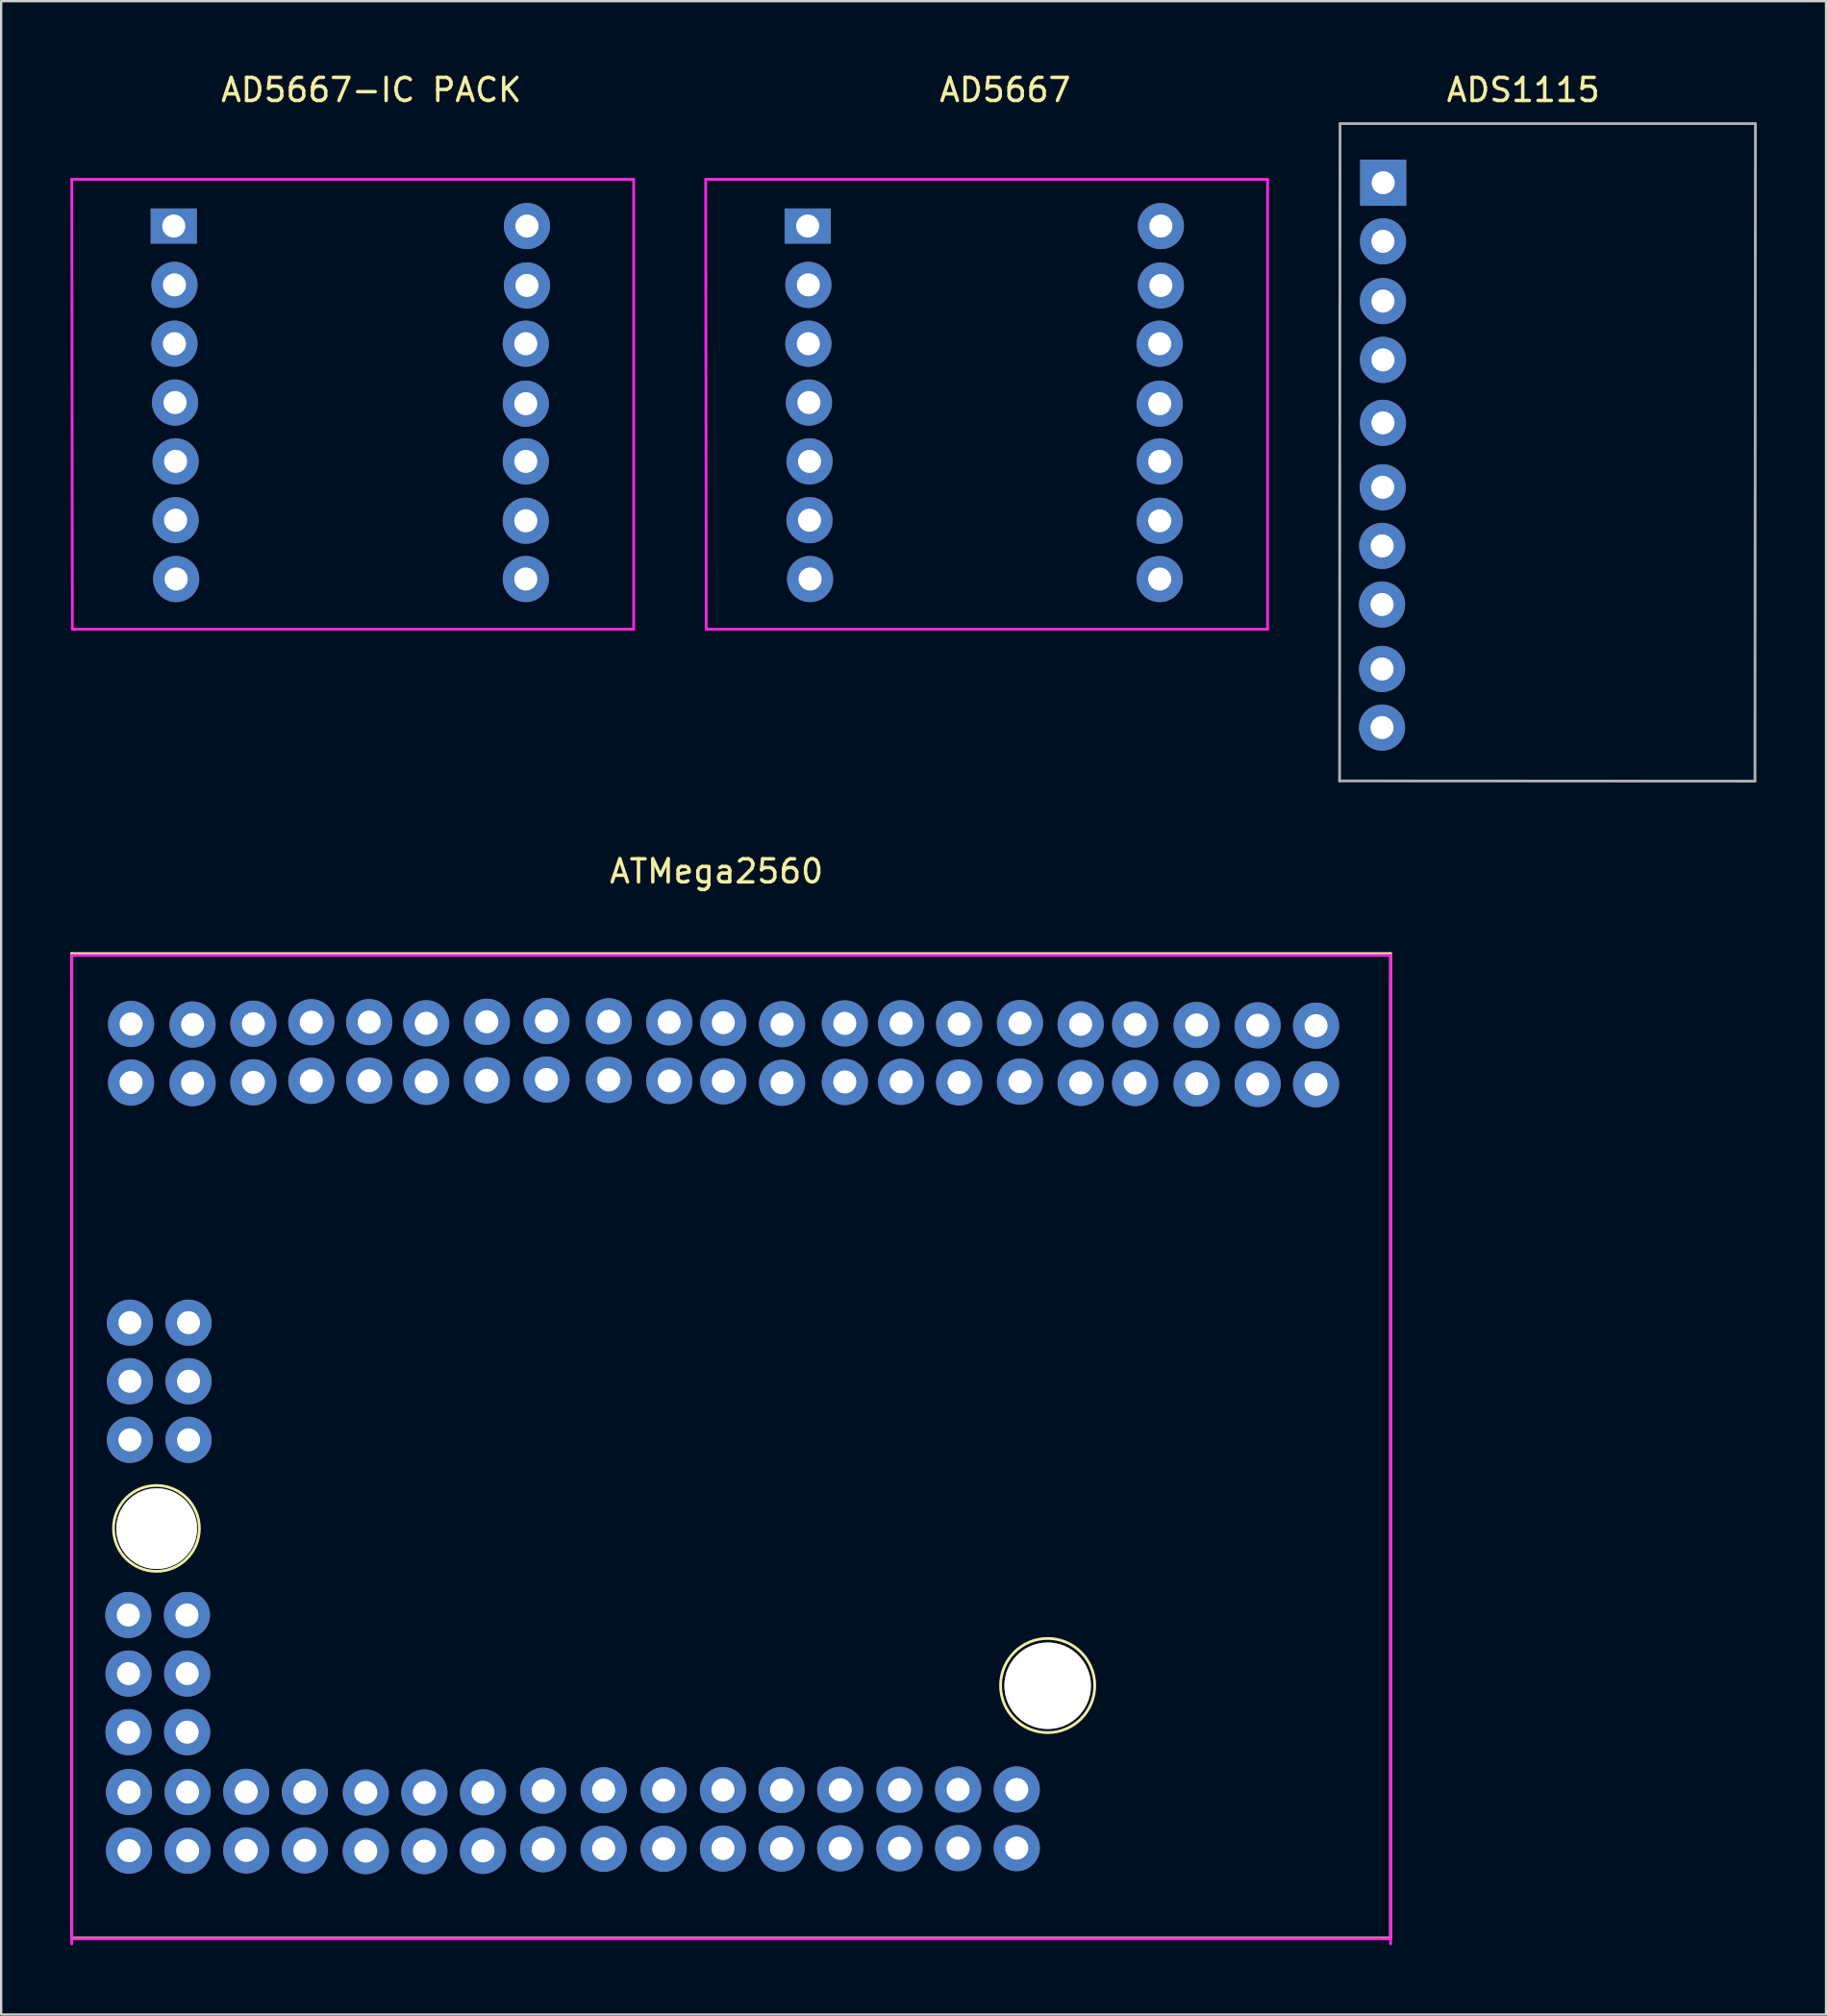
<source format=kicad_pcb>
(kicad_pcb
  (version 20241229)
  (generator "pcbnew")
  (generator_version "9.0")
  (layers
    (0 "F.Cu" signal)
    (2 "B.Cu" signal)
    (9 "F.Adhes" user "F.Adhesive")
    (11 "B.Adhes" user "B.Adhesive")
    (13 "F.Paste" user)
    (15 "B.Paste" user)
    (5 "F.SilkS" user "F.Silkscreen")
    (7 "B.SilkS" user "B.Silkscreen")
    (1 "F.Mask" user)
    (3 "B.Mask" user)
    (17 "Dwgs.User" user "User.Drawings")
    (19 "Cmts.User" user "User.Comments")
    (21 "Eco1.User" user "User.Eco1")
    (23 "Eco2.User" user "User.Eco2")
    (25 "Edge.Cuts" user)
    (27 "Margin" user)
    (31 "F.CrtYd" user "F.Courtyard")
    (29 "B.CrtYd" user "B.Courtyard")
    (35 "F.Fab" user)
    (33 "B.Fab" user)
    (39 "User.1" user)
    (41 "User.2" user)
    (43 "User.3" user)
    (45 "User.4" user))
  (footprint "AD5667-IC PACK"
    (layer "F.Cu")
    (at 6.71 2.148)
    (property "Reference" "AD5667-IC PACK" (at 6.33 -1.3 0) (layer "F.SilkS") (effects (font (size 1 1) (thickness 0.15))))
    (attr through_hole)
    (fp_line (start -6.65 2.575) (end -6.625 22.075) (stroke (width 0.12) (type solid)) (layer "F.CrtYd"))
    (fp_line (start -6.65 2.575) (end 17.7 2.575) (stroke (width 0.12) (type solid)) (layer "F.CrtYd"))
    (fp_line (start -6.625 22.075) (end 17.7 22.075) (stroke (width 0.12) (type solid)) (layer "F.CrtYd"))
    (fp_line (start 17.7 2.575) (end 17.7 22.075) (stroke (width 0.12) (type solid)) (layer "F.CrtYd"))
    (pad "1" thru_hole rect (at -2.23 4.6) (size 2 1.524) (drill 1) (layers "*.Cu" "*.Mask"))
    (pad "2" thru_hole circle (at -2.2 7.15) (size 2 2) (drill 1) (layers "*.Cu" "*.Mask"))
    (pad "3" thru_hole circle (at -2.2 9.7) (size 2 2) (drill 1) (layers "*.Cu" "*.Mask"))
    (pad "4" thru_hole circle (at -2.175 12.25) (size 2 2) (drill 1) (layers "*.Cu" "*.Mask"))
    (pad "5" thru_hole circle (at -2.15 14.8) (size 2 2) (drill 1) (layers "*.Cu" "*.Mask"))
    (pad "6" thru_hole circle (at -2.15 17.35) (size 2 2) (drill 1) (layers "*.Cu" "*.Mask"))
    (pad "7" thru_hole circle (at -2.125 19.9) (size 2 2) (drill 1) (layers "*.Cu" "*.Mask"))
    (pad "8" thru_hole circle (at 13.075 4.6) (size 2 2) (drill 1) (layers "*.Cu" "*.Mask"))
    (pad "9" thru_hole circle (at 13.075 7.175) (size 2 2) (drill 1) (layers "*.Cu" "*.Mask"))
    (pad "10" thru_hole circle (at 13.025 9.7) (size 2 2) (drill 1) (layers "*.Cu" "*.Mask"))
    (pad "11" thru_hole circle (at 13.025 12.3) (size 2 2) (drill 1) (layers "*.Cu" "*.Mask"))
    (pad "12" thru_hole circle (at 13.025 14.8) (size 2 2) (drill 1) (layers "*.Cu" "*.Mask"))
    (pad "13" thru_hole circle (at 13.025 17.375) (size 2 2) (drill 1) (layers "*.Cu" "*.Mask"))
    (pad "14" thru_hole circle (at 13.025 19.9) (size 2 2) (drill 1) (layers "*.Cu" "*.Mask")))
  (footprint "AD5667"
    (layer "F.Cu")
    (at 34.18 2.148)
    (property "Reference" "AD5667" (at 6.33 -1.3 0) (layer "F.SilkS") (effects (font (size 1 1) (thickness 0.15))))
    (attr through_hole)
    (fp_line (start -6.65 2.575) (end -6.625 22.075) (stroke (width 0.12) (type solid)) (layer "F.CrtYd"))
    (fp_line (start -6.65 2.575) (end 17.7 2.575) (stroke (width 0.12) (type solid)) (layer "F.CrtYd"))
    (fp_line (start -6.625 22.075) (end 17.7 22.075) (stroke (width 0.12) (type solid)) (layer "F.CrtYd"))
    (fp_line (start 17.7 2.575) (end 17.7 22.075) (stroke (width 0.12) (type solid)) (layer "F.CrtYd"))
    (pad "1" thru_hole rect (at -2.23 4.6) (size 2 1.524) (drill 1) (layers "*.Cu" "*.Mask"))
    (pad "2" thru_hole circle (at -2.2 7.15) (size 2 2) (drill 1) (layers "*.Cu" "*.Mask"))
    (pad "3" thru_hole circle (at -2.2 9.7) (size 2 2) (drill 1) (layers "*.Cu" "*.Mask"))
    (pad "4" thru_hole circle (at -2.175 12.25) (size 2 2) (drill 1) (layers "*.Cu" "*.Mask"))
    (pad "5" thru_hole circle (at -2.15 14.8) (size 2 2) (drill 1) (layers "*.Cu" "*.Mask"))
    (pad "6" thru_hole circle (at -2.15 17.35) (size 2 2) (drill 1) (layers "*.Cu" "*.Mask"))
    (pad "7" thru_hole circle (at -2.125 19.9) (size 2 2) (drill 1) (layers "*.Cu" "*.Mask"))
    (pad "8" thru_hole circle (at 13.075 4.6) (size 2 2) (drill 1) (layers "*.Cu" "*.Mask"))
    (pad "9" thru_hole circle (at 13.075 7.175) (size 2 2) (drill 1) (layers "*.Cu" "*.Mask"))
    (pad "10" thru_hole circle (at 13.025 9.7) (size 2 2) (drill 1) (layers "*.Cu" "*.Mask"))
    (pad "11" thru_hole circle (at 13.025 12.3) (size 2 2) (drill 1) (layers "*.Cu" "*.Mask"))
    (pad "12" thru_hole circle (at 13.025 14.8) (size 2 2) (drill 1) (layers "*.Cu" "*.Mask"))
    (pad "13" thru_hole circle (at 13.025 17.375) (size 2 2) (drill 1) (layers "*.Cu" "*.Mask"))
    (pad "14" thru_hole circle (at 13.025 19.9) (size 2 2) (drill 1) (layers "*.Cu" "*.Mask")))
  (footprint "ATMega2560"
    (layer "F.Cu")
    (at 28 34.217)
    (property "Reference" "ATMega2560" (at 0 0.5 0) (layer "F.SilkS") (effects (font (size 1 1) (thickness 0.15))))
    (attr through_hole)
    (fp_line (start -27.94 4.064) (end -27.94 46.736) (stroke (width 0.12) (type solid)) (layer "F.SilkS"))
    (fp_line (start -27.94 46.736) (end 29.21 46.736) (stroke (width 0.12) (type solid)) (layer "F.SilkS"))
    (fp_line (start 29.21 4.064) (end -27.94 4.064) (stroke (width 0.12) (type solid)) (layer "F.SilkS"))
    (fp_line (start 29.21 46.736) (end 29.21 4.064) (stroke (width 0.12) (type solid)) (layer "F.SilkS"))
    (fp_circle (center -24.271 28.98) (end -25.071 27.3) (stroke (width 0.12) (type solid)) (fill no) (layer "F.SilkS"))
    (fp_circle (center 14.35 35.79) (end 13.22 34.09) (stroke (width 0.12) (type solid)) (fill no) (layer "F.SilkS"))
    (fp_line (start -27.94 5.08) (end -27.94 4.14) (stroke (width 0.12) (type solid)) (layer "F.CrtYd"))
    (fp_line (start -27.94 46.99) (end -27.94 5.08) (stroke (width 0.12) (type solid)) (layer "F.CrtYd"))
    (fp_line (start -27.93 4.14) (end 29.22 4.14) (stroke (width 0.12) (type solid)) (layer "F.CrtYd"))
    (fp_line (start 29.21 5.08) (end 29.21 46.99) (stroke (width 0.12) (type solid)) (layer "F.CrtYd"))
    (fp_line (start 29.21 46.77) (end -27.94 46.77) (stroke (width 0.12) (type solid)) (layer "F.CrtYd"))
    (fp_line (start 29.22 4.14) (end 29.21 5.16) (stroke (width 0.12) (type solid)) (layer "F.CrtYd"))
    (pad "" thru_hole circle (at -25.42 20.062) (size 2 2) (drill 1) (layers "*.Cu" "*.Mask"))
    (pad "" thru_hole circle (at -25.42 22.602) (size 2 2) (drill 1) (layers "*.Cu" "*.Mask"))
    (pad "" thru_hole circle (at -25.42 25.142) (size 2 2) (drill 1) (layers "*.Cu" "*.Mask"))
    (pad "" thru_hole circle (at -22.88 20.062) (size 2 2) (drill 1) (layers "*.Cu" "*.Mask"))
    (pad "" thru_hole circle (at -22.88 22.602) (size 2 2) (drill 1) (layers "*.Cu" "*.Mask"))
    (pad "" thru_hole circle (at -22.88 25.142) (size 2 2) (drill 1) (layers "*.Cu" "*.Mask"))
    (pad "1" thru_hole circle (at 25.98 7.19) (size 2 2) (drill 1) (layers "*.Cu" "*.Mask"))
    (pad "1" thru_hole circle (at 25.98 9.73) (size 2 2) (drill 1) (layers "*.Cu" "*.Mask"))
    (pad "2" thru_hole circle (at 23.45 7.175) (size 2 2) (drill 1) (layers "*.Cu" "*.Mask"))
    (pad "2" thru_hole circle (at 23.45 9.715) (size 2 2) (drill 1) (layers "*.Cu" "*.Mask"))
    (pad "3" thru_hole circle (at 20.805 7.16) (size 2 2) (drill 1) (layers "*.Cu" "*.Mask"))
    (pad "3" thru_hole circle (at 20.805 9.7) (size 2 2) (drill 1) (layers "*.Cu" "*.Mask"))
    (pad "4" thru_hole circle (at 18.14 7.135) (size 2 2) (drill 1) (layers "*.Cu" "*.Mask"))
    (pad "4" thru_hole circle (at 18.14 9.675) (size 2 2) (drill 1) (layers "*.Cu" "*.Mask"))
    (pad "5" thru_hole circle (at 15.78 9.67) (size 2 2) (drill 1) (layers "*.Cu" "*.Mask"))
    (pad "6" thru_hole circle (at 15.78 7.13) (size 2 2) (drill 1) (layers "*.Cu" "*.Mask"))
    (pad "7" thru_hole circle (at 13.15 9.615) (size 2 2) (drill 1) (layers "*.Cu" "*.Mask"))
    (pad "8" thru_hole circle (at 13.15 7.075) (size 2 2) (drill 1) (layers "*.Cu" "*.Mask"))
    (pad "9" thru_hole circle (at 10.515 9.65) (size 2 2) (drill 1) (layers "*.Cu" "*.Mask"))
    (pad "10" thru_hole circle (at 10.515 7.11) (size 2 2) (drill 1) (layers "*.Cu" "*.Mask"))
    (pad "11" thru_hole circle (at 8 9.625) (size 2 2) (drill 1) (layers "*.Cu" "*.Mask"))
    (pad "12" thru_hole circle (at 8 7.085) (size 2 2) (drill 1) (layers "*.Cu" "*.Mask"))
    (pad "13" thru_hole circle (at 5.56 9.63) (size 2 2) (drill 1) (layers "*.Cu" "*.Mask"))
    (pad "14" thru_hole circle (at 5.56 7.09) (size 2 2) (drill 1) (layers "*.Cu" "*.Mask"))
    (pad "15" thru_hole circle (at 2.84 9.665) (size 2 2) (drill 1) (layers "*.Cu" "*.Mask"))
    (pad "16" thru_hole circle (at 2.84 7.125) (size 2 2) (drill 1) (layers "*.Cu" "*.Mask"))
    (pad "17" thru_hole circle (at 0.295 9.6) (size 2 2) (drill 1) (layers "*.Cu" "*.Mask"))
    (pad "18" thru_hole circle (at 0.295 7.06) (size 2 2) (drill 1) (layers "*.Cu" "*.Mask"))
    (pad "19" thru_hole circle (at -2.05 9.585) (size 2 2) (drill 1) (layers "*.Cu" "*.Mask"))
    (pad "20" thru_hole circle (at -2.05 7.045) (size 2 2) (drill 1) (layers "*.Cu" "*.Mask"))
    (pad "21" thru_hole circle (at -4.67 9.54) (size 2 2) (drill 1) (layers "*.Cu" "*.Mask"))
    (pad "22" thru_hole circle (at -4.67 7) (size 2 2) (drill 1) (layers "*.Cu" "*.Mask"))
    (pad "23" thru_hole circle (at -7.37 9.525) (size 2 2) (drill 1) (layers "*.Cu" "*.Mask"))
    (pad "24" thru_hole circle (at -7.37 6.985) (size 2 2) (drill 1) (layers "*.Cu" "*.Mask"))
    (pad "25" thru_hole circle (at -9.955 9.56) (size 2 2) (drill 1) (layers "*.Cu" "*.Mask"))
    (pad "26" thru_hole circle (at -9.955 7.02) (size 2 2) (drill 1) (layers "*.Cu" "*.Mask"))
    (pad "27" thru_hole circle (at -12.58 9.625) (size 2 2) (drill 1) (layers "*.Cu" "*.Mask"))
    (pad "28" thru_hole circle (at -12.58 7.085) (size 2 2) (drill 1) (layers "*.Cu" "*.Mask"))
    (pad "29" thru_hole circle (at -15.05 9.575) (size 2 2) (drill 1) (layers "*.Cu" "*.Mask"))
    (pad "30" thru_hole circle (at -15.05 7.035) (size 2 2) (drill 1) (layers "*.Cu" "*.Mask"))
    (pad "31" thru_hole circle (at -17.56 9.58) (size 2 2) (drill 1) (layers "*.Cu" "*.Mask"))
    (pad "32" thru_hole circle (at -17.56 7.04) (size 2 2) (drill 1) (layers "*.Cu" "*.Mask"))
    (pad "33" thru_hole circle (at -20.07 9.645) (size 2 2) (drill 1) (layers "*.Cu" "*.Mask"))
    (pad "34" thru_hole circle (at -20.07 7.105) (size 2 2) (drill 1) (layers "*.Cu" "*.Mask"))
    (pad "35" thru_hole circle (at -22.705 9.68) (size 2 2) (drill 1) (layers "*.Cu" "*.Mask"))
    (pad "36" thru_hole circle (at -22.705 7.14) (size 2 2) (drill 1) (layers "*.Cu" "*.Mask"))
    (pad "37" thru_hole circle (at -25.37 9.655) (size 2 2) (drill 1) (layers "*.Cu" "*.Mask"))
    (pad "38" thru_hole circle (at -25.37 7.115) (size 2 2) (drill 1) (layers "*.Cu" "*.Mask"))
    (pad "39" thru_hole circle (at 13.01 42.837) (size 2 2) (drill 1) (layers "*.Cu" "*.Mask"))
    (pad "40" thru_hole circle (at 13.01 40.297) (size 2 2) (drill 1) (layers "*.Cu" "*.Mask"))
    (pad "41" thru_hole circle (at 10.47 42.837) (size 2 2) (drill 1) (layers "*.Cu" "*.Mask"))
    (pad "42" thru_hole circle (at 10.47 40.297) (size 2 2) (drill 1) (layers "*.Cu" "*.Mask"))
    (pad "43" thru_hole circle (at 7.93 42.847) (size 2 2) (drill 1) (layers "*.Cu" "*.Mask"))
    (pad "44" thru_hole circle (at 7.93 40.307) (size 2 2) (drill 1) (layers "*.Cu" "*.Mask"))
    (pad "45" thru_hole circle (at 5.36 42.847) (size 2 2) (drill 1) (layers "*.Cu" "*.Mask"))
    (pad "46" thru_hole circle (at 5.36 40.307) (size 2 2) (drill 1) (layers "*.Cu" "*.Mask"))
    (pad "47" thru_hole circle (at 2.82 42.857) (size 2 2) (drill 1) (layers "*.Cu" "*.Mask"))
    (pad "48" thru_hole circle (at 2.82 40.317) (size 2 2) (drill 1) (layers "*.Cu" "*.Mask"))
    (pad "49" thru_hole circle (at 0.28 42.857) (size 2 2) (drill 1) (layers "*.Cu" "*.Mask"))
    (pad "50" thru_hole circle (at 0.28 40.317) (size 2 2) (drill 1) (layers "*.Cu" "*.Mask"))
    (pad "51" thru_hole circle (at -2.29 42.867) (size 2 2) (drill 1) (layers "*.Cu" "*.Mask"))
    (pad "52" thru_hole circle (at -2.29 40.327) (size 2 2) (drill 1) (layers "*.Cu" "*.Mask"))
    (pad "53" thru_hole circle (at -4.89 42.867) (size 2 2) (drill 1) (layers "*.Cu" "*.Mask"))
    (pad "54" thru_hole circle (at -4.89 40.327) (size 2 2) (drill 1) (layers "*.Cu" "*.Mask"))
    (pad "55" thru_hole circle (at -7.51 42.887) (size 2 2) (drill 1) (layers "*.Cu" "*.Mask"))
    (pad "56" thru_hole circle (at -7.51 40.347) (size 2 2) (drill 1) (layers "*.Cu" "*.Mask"))
    (pad "57" thru_hole circle (at -10.12 42.957) (size 2 2) (drill 1) (layers "*.Cu" "*.Mask"))
    (pad "58" thru_hole circle (at -10.12 40.417) (size 2 2) (drill 1) (layers "*.Cu" "*.Mask"))
    (pad "59" thru_hole circle (at -12.66 42.967) (size 2 2) (drill 1) (layers "*.Cu" "*.Mask"))
    (pad "60" thru_hole circle (at -12.66 40.427) (size 2 2) (drill 1) (layers "*.Cu" "*.Mask"))
    (pad "61" thru_hole circle (at -15.2 42.967) (size 2 2) (drill 1) (layers "*.Cu" "*.Mask"))
    (pad "62" thru_hole circle (at -15.2 40.427) (size 2 2) (drill 1) (layers "*.Cu" "*.Mask"))
    (pad "63" thru_hole circle (at -17.84 42.937) (size 2 2) (drill 1) (layers "*.Cu" "*.Mask"))
    (pad "64" thru_hole circle (at -17.84 40.397) (size 2 2) (drill 1) (layers "*.Cu" "*.Mask"))
    (pad "65" thru_hole circle (at -20.38 42.937) (size 2 2) (drill 1) (layers "*.Cu" "*.Mask"))
    (pad "66" thru_hole circle (at -20.38 40.397) (size 2 2) (drill 1) (layers "*.Cu" "*.Mask"))
    (pad "67" thru_hole circle (at -22.92 42.947) (size 2 2) (drill 1) (layers "*.Cu" "*.Mask"))
    (pad "68" thru_hole circle (at -22.92 40.407) (size 2 2) (drill 1) (layers "*.Cu" "*.Mask"))
    (pad "69" thru_hole circle (at -25.46 42.947) (size 2 2) (drill 1) (layers "*.Cu" "*.Mask"))
    (pad "70" thru_hole circle (at -25.46 40.407) (size 2 2) (drill 1) (layers "*.Cu" "*.Mask"))
    (pad "71" thru_hole circle (at -25.48 37.812) (size 2 2) (drill 1) (layers "*.Cu" "*.Mask"))
    (pad "72" thru_hole circle (at -22.94 37.812) (size 2 2) (drill 1) (layers "*.Cu" "*.Mask"))
    (pad "73" thru_hole circle (at -25.48 35.272) (size 2 2) (drill 1) (layers "*.Cu" "*.Mask"))
    (pad "74" thru_hole circle (at -22.94 35.272) (size 2 2) (drill 1) (layers "*.Cu" "*.Mask"))
    (pad "75" thru_hole circle (at -25.49 32.732) (size 2 2) (drill 1) (layers "*.Cu" "*.Mask"))
    (pad "76" thru_hole circle (at -22.95 32.732) (size 2 2) (drill 1) (layers "*.Cu" "*.Mask"))
    (pad "168" thru_hole circle (at 14.35 35.8) (size 3.75 3.75) (drill 3.75) (layers "*.Cu" "*.Mask"))
    (pad "999" thru_hole circle (at -24.26 28.99) (size 3.5 3.5) (drill 3.5) (layers "*.Cu" "*.Mask")))
  (footprint "ADS1115"
    (layer "F.Cu")
    (at 60.91 1.308)
    (property "Reference" "ADS1115" (at 2.05 -0.46 0) (layer "F.SilkS") (effects (font (size 1 1) (thickness 0.15))))
    (attr through_hole)
    (fp_line (start -5.91 29.49) (end -5.89 1) (stroke (width 0.12) (type solid)) (layer "F.Fab"))
    (fp_line (start -5.89 1) (end 12.11 1) (stroke (width 0.12) (type solid)) (layer "F.Fab"))
    (fp_line (start 12.09 29.5) (end -5.91 29.49) (stroke (width 0.12) (type solid)) (layer "F.Fab"))
    (fp_line (start 12.11 1) (end 12.09 29.5) (stroke (width 0.12) (type solid)) (layer "F.Fab"))
    (pad "1" thru_hole rect (at -4.02 3.562) (size 2 2) (drill 1) (layers "*.Cu" "*.Mask"))
    (pad "2" thru_hole circle (at -4.03 6.102) (size 2 2) (drill 1) (layers "*.Cu" "*.Mask"))
    (pad "3" thru_hole circle (at -4.03 8.692) (size 2 2) (drill 1) (layers "*.Cu" "*.Mask"))
    (pad "4" thru_hole circle (at -4.03 11.242) (size 2 2) (drill 1) (layers "*.Cu" "*.Mask"))
    (pad "5" thru_hole circle (at -4.03 13.97) (size 2 2) (drill 1) (layers "*.Cu" "*.Mask"))
    (pad "6" thru_hole circle (at -4.04 16.764) (size 2 2) (drill 1) (layers "*.Cu" "*.Mask"))
    (pad "7" thru_hole circle (at -4.064 19.304) (size 2 2) (drill 1) (layers "*.Cu" "*.Mask"))
    (pad "8" thru_hole circle (at -4.07 21.844) (size 2 2) (drill 1) (layers "*.Cu" "*.Mask"))
    (pad "9" thru_hole circle (at -4.07 24.638) (size 2 2) (drill 1) (layers "*.Cu" "*.Mask"))
    (pad "10" thru_hole circle (at -4.07 27.178) (size 2 2) (drill 1) (layers "*.Cu" "*.Mask")))
  (gr_rect
    (start -3 -3)
    (end 76.08 84.266)
    (stroke (width 0.1) (type default))
    (fill no)
    (layer "Edge.Cuts")))
</source>
